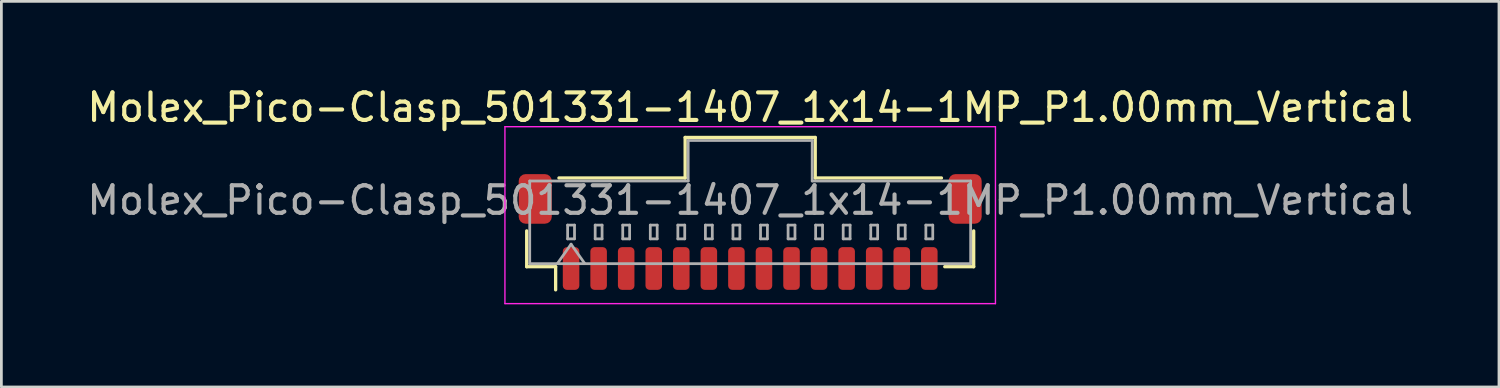
<source format=kicad_pcb>
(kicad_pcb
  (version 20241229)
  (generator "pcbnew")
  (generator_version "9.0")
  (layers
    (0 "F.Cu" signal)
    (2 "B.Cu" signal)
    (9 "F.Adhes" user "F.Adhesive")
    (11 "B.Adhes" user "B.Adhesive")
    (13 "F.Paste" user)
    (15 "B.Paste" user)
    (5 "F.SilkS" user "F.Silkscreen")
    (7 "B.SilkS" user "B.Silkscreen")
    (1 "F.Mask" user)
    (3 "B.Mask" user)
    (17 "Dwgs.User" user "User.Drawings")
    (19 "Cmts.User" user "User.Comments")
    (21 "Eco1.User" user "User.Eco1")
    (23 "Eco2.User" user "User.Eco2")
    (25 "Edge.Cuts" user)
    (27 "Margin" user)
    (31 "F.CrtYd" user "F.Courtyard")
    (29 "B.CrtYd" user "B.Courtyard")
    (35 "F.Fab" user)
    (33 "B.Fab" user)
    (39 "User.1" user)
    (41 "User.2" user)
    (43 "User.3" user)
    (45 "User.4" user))
  (footprint "Molex_Pico-Clasp_501331-1407_1x14-1MP_P1.00mm_Vertical"
    (layer "F.Cu")
    (at 24.173 5.368)
    (property "Reference" "Molex_Pico-Clasp_501331-1407_1x14-1MP_P1.00mm_Vertical" (at 0 -4.52 0) (layer "F.SilkS") (effects (font (size 1 1) (thickness 0.15))))
    (attr smd)
    (fp_line (start -8.11 -0.04) (end -8.11 1.26) (stroke (width 0.12) (type solid)) (layer "F.SilkS"))
    (fp_line (start -8.11 1.26) (end -7.06 1.26) (stroke (width 0.12) (type solid)) (layer "F.SilkS"))
    (fp_line (start -7.06 1.26) (end -7.06 2.1) (stroke (width 0.12) (type solid)) (layer "F.SilkS"))
    (fp_line (start -6.94 -1.96) (end -2.36 -1.96) (stroke (width 0.12) (type solid)) (layer "F.SilkS"))
    (fp_line (start -2.36 -3.43) (end 2.36 -3.43) (stroke (width 0.12) (type solid)) (layer "F.SilkS"))
    (fp_line (start -2.36 -1.96) (end -2.36 -3.43) (stroke (width 0.12) (type solid)) (layer "F.SilkS"))
    (fp_line (start 2.36 -3.43) (end 2.36 -1.96) (stroke (width 0.12) (type solid)) (layer "F.SilkS"))
    (fp_line (start 2.36 -1.96) (end 6.94 -1.96) (stroke (width 0.12) (type solid)) (layer "F.SilkS"))
    (fp_line (start 8.11 -0.04) (end 8.11 1.26) (stroke (width 0.12) (type solid)) (layer "F.SilkS"))
    (fp_line (start 8.11 1.26) (end 7.06 1.26) (stroke (width 0.12) (type solid)) (layer "F.SilkS"))
    (fp_line (start -8.9 -3.82) (end -8.9 2.6) (stroke (width 0.05) (type solid)) (layer "F.CrtYd"))
    (fp_line (start -8.9 2.6) (end 8.9 2.6) (stroke (width 0.05) (type solid)) (layer "F.CrtYd"))
    (fp_line (start 8.9 -3.82) (end -8.9 -3.82) (stroke (width 0.05) (type solid)) (layer "F.CrtYd"))
    (fp_line (start 8.9 2.6) (end 8.9 -3.82) (stroke (width 0.05) (type solid)) (layer "F.CrtYd"))
    (fp_line (start -8 -1.85) (end -2.25 -1.85) (stroke (width 0.1) (type solid)) (layer "F.Fab"))
    (fp_line (start -8 1.15) (end -8 -1.85) (stroke (width 0.1) (type solid)) (layer "F.Fab"))
    (fp_line (start -8 1.15) (end 8 1.15) (stroke (width 0.1) (type solid)) (layer "F.Fab"))
    (fp_line (start -7 1.15) (end -6.5 0.443) (stroke (width 0.1) (type solid)) (layer "F.Fab"))
    (fp_line (start -6.625 -0.25) (end -6.625 0.25) (stroke (width 0.1) (type solid)) (layer "F.Fab"))
    (fp_line (start -6.625 0.25) (end -6.375 0.25) (stroke (width 0.1) (type solid)) (layer "F.Fab"))
    (fp_line (start -6.5 0.443) (end -6 1.15) (stroke (width 0.1) (type solid)) (layer "F.Fab"))
    (fp_line (start -6.375 -0.25) (end -6.625 -0.25) (stroke (width 0.1) (type solid)) (layer "F.Fab"))
    (fp_line (start -6.375 0.25) (end -6.375 -0.25) (stroke (width 0.1) (type solid)) (layer "F.Fab"))
    (fp_line (start -5.625 -0.25) (end -5.625 0.25) (stroke (width 0.1) (type solid)) (layer "F.Fab"))
    (fp_line (start -5.625 0.25) (end -5.375 0.25) (stroke (width 0.1) (type solid)) (layer "F.Fab"))
    (fp_line (start -5.375 -0.25) (end -5.625 -0.25) (stroke (width 0.1) (type solid)) (layer "F.Fab"))
    (fp_line (start -5.375 0.25) (end -5.375 -0.25) (stroke (width 0.1) (type solid)) (layer "F.Fab"))
    (fp_line (start -4.625 -0.25) (end -4.625 0.25) (stroke (width 0.1) (type solid)) (layer "F.Fab"))
    (fp_line (start -4.625 0.25) (end -4.375 0.25) (stroke (width 0.1) (type solid)) (layer "F.Fab"))
    (fp_line (start -4.375 -0.25) (end -4.625 -0.25) (stroke (width 0.1) (type solid)) (layer "F.Fab"))
    (fp_line (start -4.375 0.25) (end -4.375 -0.25) (stroke (width 0.1) (type solid)) (layer "F.Fab"))
    (fp_line (start -3.625 -0.25) (end -3.625 0.25) (stroke (width 0.1) (type solid)) (layer "F.Fab"))
    (fp_line (start -3.625 0.25) (end -3.375 0.25) (stroke (width 0.1) (type solid)) (layer "F.Fab"))
    (fp_line (start -3.375 -0.25) (end -3.625 -0.25) (stroke (width 0.1) (type solid)) (layer "F.Fab"))
    (fp_line (start -3.375 0.25) (end -3.375 -0.25) (stroke (width 0.1) (type solid)) (layer "F.Fab"))
    (fp_line (start -2.625 -0.25) (end -2.625 0.25) (stroke (width 0.1) (type solid)) (layer "F.Fab"))
    (fp_line (start -2.625 0.25) (end -2.375 0.25) (stroke (width 0.1) (type solid)) (layer "F.Fab"))
    (fp_line (start -2.375 -0.25) (end -2.625 -0.25) (stroke (width 0.1) (type solid)) (layer "F.Fab"))
    (fp_line (start -2.375 0.25) (end -2.375 -0.25) (stroke (width 0.1) (type solid)) (layer "F.Fab"))
    (fp_line (start -2.25 -3.32) (end 2.25 -3.32) (stroke (width 0.1) (type solid)) (layer "F.Fab"))
    (fp_line (start -2.25 -1.85) (end -2.25 -3.32) (stroke (width 0.1) (type solid)) (layer "F.Fab"))
    (fp_line (start -1.625 -0.25) (end -1.625 0.25) (stroke (width 0.1) (type solid)) (layer "F.Fab"))
    (fp_line (start -1.625 0.25) (end -1.375 0.25) (stroke (width 0.1) (type solid)) (layer "F.Fab"))
    (fp_line (start -1.375 -0.25) (end -1.625 -0.25) (stroke (width 0.1) (type solid)) (layer "F.Fab"))
    (fp_line (start -1.375 0.25) (end -1.375 -0.25) (stroke (width 0.1) (type solid)) (layer "F.Fab"))
    (fp_line (start -0.625 -0.25) (end -0.625 0.25) (stroke (width 0.1) (type solid)) (layer "F.Fab"))
    (fp_line (start -0.625 0.25) (end -0.375 0.25) (stroke (width 0.1) (type solid)) (layer "F.Fab"))
    (fp_line (start -0.375 -0.25) (end -0.625 -0.25) (stroke (width 0.1) (type solid)) (layer "F.Fab"))
    (fp_line (start -0.375 0.25) (end -0.375 -0.25) (stroke (width 0.1) (type solid)) (layer "F.Fab"))
    (fp_line (start 0.375 -0.25) (end 0.375 0.25) (stroke (width 0.1) (type solid)) (layer "F.Fab"))
    (fp_line (start 0.375 0.25) (end 0.625 0.25) (stroke (width 0.1) (type solid)) (layer "F.Fab"))
    (fp_line (start 0.625 -0.25) (end 0.375 -0.25) (stroke (width 0.1) (type solid)) (layer "F.Fab"))
    (fp_line (start 0.625 0.25) (end 0.625 -0.25) (stroke (width 0.1) (type solid)) (layer "F.Fab"))
    (fp_line (start 1.375 -0.25) (end 1.375 0.25) (stroke (width 0.1) (type solid)) (layer "F.Fab"))
    (fp_line (start 1.375 0.25) (end 1.625 0.25) (stroke (width 0.1) (type solid)) (layer "F.Fab"))
    (fp_line (start 1.625 -0.25) (end 1.375 -0.25) (stroke (width 0.1) (type solid)) (layer "F.Fab"))
    (fp_line (start 1.625 0.25) (end 1.625 -0.25) (stroke (width 0.1) (type solid)) (layer "F.Fab"))
    (fp_line (start 2.25 -3.32) (end 2.25 -1.85) (stroke (width 0.1) (type solid)) (layer "F.Fab"))
    (fp_line (start 2.25 -1.85) (end 8 -1.85) (stroke (width 0.1) (type solid)) (layer "F.Fab"))
    (fp_line (start 2.375 -0.25) (end 2.375 0.25) (stroke (width 0.1) (type solid)) (layer "F.Fab"))
    (fp_line (start 2.375 0.25) (end 2.625 0.25) (stroke (width 0.1) (type solid)) (layer "F.Fab"))
    (fp_line (start 2.625 -0.25) (end 2.375 -0.25) (stroke (width 0.1) (type solid)) (layer "F.Fab"))
    (fp_line (start 2.625 0.25) (end 2.625 -0.25) (stroke (width 0.1) (type solid)) (layer "F.Fab"))
    (fp_line (start 3.375 -0.25) (end 3.375 0.25) (stroke (width 0.1) (type solid)) (layer "F.Fab"))
    (fp_line (start 3.375 0.25) (end 3.625 0.25) (stroke (width 0.1) (type solid)) (layer "F.Fab"))
    (fp_line (start 3.625 -0.25) (end 3.375 -0.25) (stroke (width 0.1) (type solid)) (layer "F.Fab"))
    (fp_line (start 3.625 0.25) (end 3.625 -0.25) (stroke (width 0.1) (type solid)) (layer "F.Fab"))
    (fp_line (start 4.375 -0.25) (end 4.375 0.25) (stroke (width 0.1) (type solid)) (layer "F.Fab"))
    (fp_line (start 4.375 0.25) (end 4.625 0.25) (stroke (width 0.1) (type solid)) (layer "F.Fab"))
    (fp_line (start 4.625 -0.25) (end 4.375 -0.25) (stroke (width 0.1) (type solid)) (layer "F.Fab"))
    (fp_line (start 4.625 0.25) (end 4.625 -0.25) (stroke (width 0.1) (type solid)) (layer "F.Fab"))
    (fp_line (start 5.375 -0.25) (end 5.375 0.25) (stroke (width 0.1) (type solid)) (layer "F.Fab"))
    (fp_line (start 5.375 0.25) (end 5.625 0.25) (stroke (width 0.1) (type solid)) (layer "F.Fab"))
    (fp_line (start 5.625 -0.25) (end 5.375 -0.25) (stroke (width 0.1) (type solid)) (layer "F.Fab"))
    (fp_line (start 5.625 0.25) (end 5.625 -0.25) (stroke (width 0.1) (type solid)) (layer "F.Fab"))
    (fp_line (start 6.375 -0.25) (end 6.375 0.25) (stroke (width 0.1) (type solid)) (layer "F.Fab"))
    (fp_line (start 6.375 0.25) (end 6.625 0.25) (stroke (width 0.1) (type solid)) (layer "F.Fab"))
    (fp_line (start 6.625 -0.25) (end 6.375 -0.25) (stroke (width 0.1) (type solid)) (layer "F.Fab"))
    (fp_line (start 6.625 0.25) (end 6.625 -0.25) (stroke (width 0.1) (type solid)) (layer "F.Fab"))
    (fp_line (start 8 1.15) (end 8 -1.85) (stroke (width 0.1) (type solid)) (layer "F.Fab"))
    (fp_text user "${REFERENCE}" (at 0 -1.15 0) (layer "F.Fab") (effects (font (size 1 1) (thickness 0.15))))
    (pad "1" smd roundrect (at -6.5 1.325) (size 0.6 1.55) (layers "F.Cu" "F.Mask" "F.Paste") (roundrect_rratio 0.25))
    (pad "2" smd roundrect (at -5.5 1.325) (size 0.6 1.55) (layers "F.Cu" "F.Mask" "F.Paste") (roundrect_rratio 0.25))
    (pad "3" smd roundrect (at -4.5 1.325) (size 0.6 1.55) (layers "F.Cu" "F.Mask" "F.Paste") (roundrect_rratio 0.25))
    (pad "4" smd roundrect (at -3.5 1.325) (size 0.6 1.55) (layers "F.Cu" "F.Mask" "F.Paste") (roundrect_rratio 0.25))
    (pad "5" smd roundrect (at -2.5 1.325) (size 0.6 1.55) (layers "F.Cu" "F.Mask" "F.Paste") (roundrect_rratio 0.25))
    (pad "6" smd roundrect (at -1.5 1.325) (size 0.6 1.55) (layers "F.Cu" "F.Mask" "F.Paste") (roundrect_rratio 0.25))
    (pad "7" smd roundrect (at -0.5 1.325) (size 0.6 1.55) (layers "F.Cu" "F.Mask" "F.Paste") (roundrect_rratio 0.25))
    (pad "8" smd roundrect (at 0.5 1.325) (size 0.6 1.55) (layers "F.Cu" "F.Mask" "F.Paste") (roundrect_rratio 0.25))
    (pad "9" smd roundrect (at 1.5 1.325) (size 0.6 1.55) (layers "F.Cu" "F.Mask" "F.Paste") (roundrect_rratio 0.25))
    (pad "10" smd roundrect (at 2.5 1.325) (size 0.6 1.55) (layers "F.Cu" "F.Mask" "F.Paste") (roundrect_rratio 0.25))
    (pad "11" smd roundrect (at 3.5 1.325) (size 0.6 1.55) (layers "F.Cu" "F.Mask" "F.Paste") (roundrect_rratio 0.25))
    (pad "12" smd roundrect (at 4.5 1.325) (size 0.6 1.55) (layers "F.Cu" "F.Mask" "F.Paste") (roundrect_rratio 0.25))
    (pad "13" smd roundrect (at 5.5 1.325) (size 0.6 1.55) (layers "F.Cu" "F.Mask" "F.Paste") (roundrect_rratio 0.25))
    (pad "14" smd roundrect (at 6.5 1.325) (size 0.6 1.55) (layers "F.Cu" "F.Mask" "F.Paste") (roundrect_rratio 0.25))
    (pad "MP" smd roundrect (at -7.8 -1.2) (size 1.2 1.8) (layers "F.Cu" "F.Mask" "F.Paste") (roundrect_rratio 0.208))
    (pad "MP" smd roundrect (at 7.8 -1.2) (size 1.2 1.8) (layers "F.Cu" "F.Mask" "F.Paste") (roundrect_rratio 0.208)))
  (gr_rect
    (start -3 -3)
    (end 51.345 10.993)
    (stroke (width 0.1) (type default))
    (fill no)
    (layer "Edge.Cuts")))
</source>
